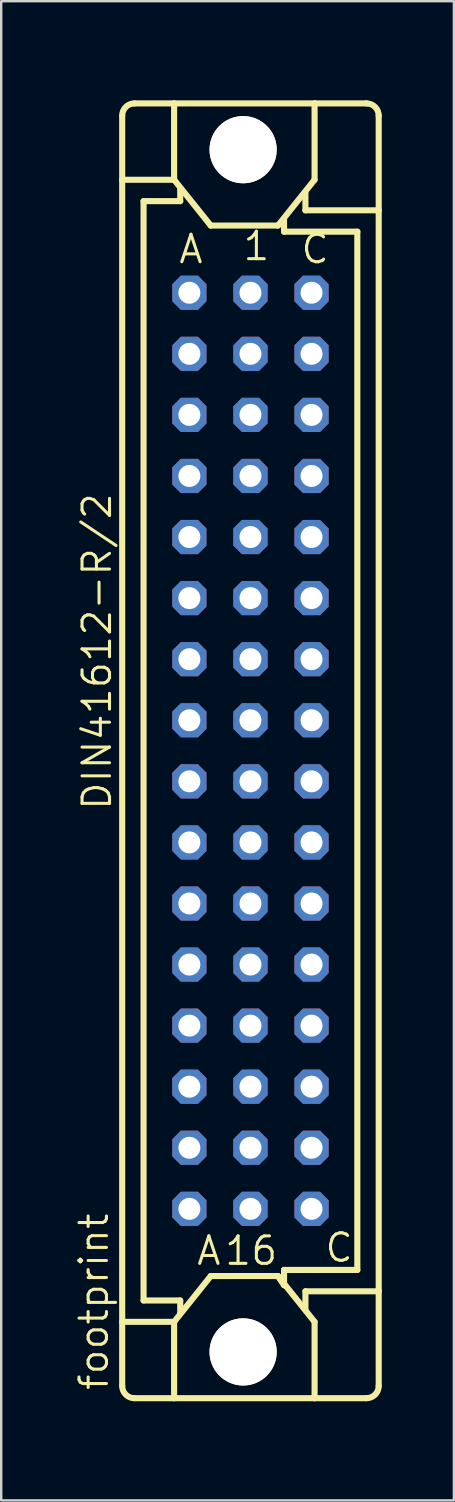
<source format=kicad_pcb>
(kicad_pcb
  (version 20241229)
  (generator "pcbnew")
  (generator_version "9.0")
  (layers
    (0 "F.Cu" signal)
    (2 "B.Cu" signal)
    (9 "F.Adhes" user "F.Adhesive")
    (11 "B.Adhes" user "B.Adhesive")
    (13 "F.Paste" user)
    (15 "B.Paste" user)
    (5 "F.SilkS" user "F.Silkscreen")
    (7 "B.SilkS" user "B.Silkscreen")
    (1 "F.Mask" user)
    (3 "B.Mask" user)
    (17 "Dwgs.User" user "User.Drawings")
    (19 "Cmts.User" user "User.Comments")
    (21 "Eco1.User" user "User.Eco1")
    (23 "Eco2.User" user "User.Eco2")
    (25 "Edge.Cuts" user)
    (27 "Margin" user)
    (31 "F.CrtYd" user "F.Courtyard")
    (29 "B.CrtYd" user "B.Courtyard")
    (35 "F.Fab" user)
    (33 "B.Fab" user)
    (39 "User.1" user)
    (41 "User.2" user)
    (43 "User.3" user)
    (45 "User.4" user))
  (footprint "footprint"
    (layer "F.Cu")
    (at 7.366 28.175)
    (property "Reference" "footprint" (at -5.842 26.67 90) (layer "F.SilkS") (effects (font (size 1.143 1.143) (thickness 0.127)) (justify left bottom)))
    (fp_line (start -5.334 -23.749) (end -5.334 -26.416) (stroke (width 0.254) (type solid)) (layer "F.SilkS"))
    (fp_line (start -5.334 -23.749) (end -3.175 -23.749) (stroke (width 0.254) (type solid)) (layer "F.SilkS"))
    (fp_line (start -5.334 23.749) (end -5.334 -23.749) (stroke (width 0.254) (type solid)) (layer "F.SilkS"))
    (fp_line (start -5.334 23.749) (end -3.175 23.749) (stroke (width 0.254) (type solid)) (layer "F.SilkS"))
    (fp_line (start -5.334 26.416) (end -5.334 23.749) (stroke (width 0.254) (type solid)) (layer "F.SilkS"))
    (fp_line (start -4.826 -26.924) (end -3.175 -26.924) (stroke (width 0.254) (type solid)) (layer "F.SilkS"))
    (fp_line (start -4.826 26.924) (end -3.175 26.924) (stroke (width 0.254) (type solid)) (layer "F.SilkS"))
    (fp_line (start -4.445 -22.86) (end -4.445 22.86) (stroke (width 0.254) (type solid)) (layer "F.SilkS"))
    (fp_line (start -4.445 22.86) (end -2.921 22.86) (stroke (width 0.254) (type solid)) (layer "F.SilkS"))
    (fp_line (start -3.175 -26.924) (end -3.175 -23.749) (stroke (width 0.254) (type solid)) (layer "F.SilkS"))
    (fp_line (start -3.175 26.924) (end -3.175 23.749) (stroke (width 0.254) (type solid)) (layer "F.SilkS"))
    (fp_line (start -3.175 26.924) (end 2.667 26.924) (stroke (width 0.254) (type solid)) (layer "F.SilkS"))
    (fp_line (start -2.921 -23.368) (end -2.921 -22.86) (stroke (width 0.254) (type solid)) (layer "F.SilkS"))
    (fp_line (start -2.921 -22.86) (end -4.445 -22.86) (stroke (width 0.254) (type solid)) (layer "F.SilkS"))
    (fp_line (start -2.921 22.86) (end -2.921 23.368) (stroke (width 0.254) (type solid)) (layer "F.SilkS"))
    (fp_line (start -1.651 -21.844) (end -3.175 -23.749) (stroke (width 0.254) (type solid)) (layer "F.SilkS"))
    (fp_line (start -1.651 21.844) (end -3.175 23.749) (stroke (width 0.254) (type solid)) (layer "F.SilkS"))
    (fp_line (start -1.651 21.844) (end 1.143 21.844) (stroke (width 0.254) (type solid)) (layer "F.SilkS"))
    (fp_line (start 1.143 -21.844) (end -1.651 -21.844) (stroke (width 0.254) (type solid)) (layer "F.SilkS"))
    (fp_line (start 1.143 -21.844) (end 2.667 -23.749) (stroke (width 0.254) (type solid)) (layer "F.SilkS"))
    (fp_line (start 1.143 21.844) (end 1.397 22.225) (stroke (width 0.254) (type solid)) (layer "F.SilkS"))
    (fp_line (start 1.143 21.844) (end 2.667 23.749) (stroke (width 0.254) (type solid)) (layer "F.SilkS"))
    (fp_line (start 1.397 -21.59) (end 1.397 -22.098) (stroke (width 0.254) (type solid)) (layer "F.SilkS"))
    (fp_line (start 1.397 21.59) (end 4.445 21.59) (stroke (width 0.254) (type solid)) (layer "F.SilkS"))
    (fp_line (start 1.397 22.225) (end 1.397 21.59) (stroke (width 0.254) (type solid)) (layer "F.SilkS"))
    (fp_line (start 2.286 -22.479) (end 2.286 -23.241) (stroke (width 0.254) (type solid)) (layer "F.SilkS"))
    (fp_line (start 2.286 22.479) (end 2.286 23.241) (stroke (width 0.254) (type solid)) (layer "F.SilkS"))
    (fp_line (start 2.286 22.479) (end 5.334 22.479) (stroke (width 0.254) (type solid)) (layer "F.SilkS"))
    (fp_line (start 2.667 -26.924) (end -3.175 -26.924) (stroke (width 0.254) (type solid)) (layer "F.SilkS"))
    (fp_line (start 2.667 -26.924) (end 2.667 -23.749) (stroke (width 0.254) (type solid)) (layer "F.SilkS"))
    (fp_line (start 2.667 26.924) (end 2.667 23.749) (stroke (width 0.254) (type solid)) (layer "F.SilkS"))
    (fp_line (start 2.667 26.924) (end 4.826 26.924) (stroke (width 0.254) (type solid)) (layer "F.SilkS"))
    (fp_line (start 4.445 -21.59) (end 1.397 -21.59) (stroke (width 0.254) (type solid)) (layer "F.SilkS"))
    (fp_line (start 4.445 21.59) (end 4.445 -21.59) (stroke (width 0.254) (type solid)) (layer "F.SilkS"))
    (fp_line (start 4.826 -26.924) (end 2.667 -26.924) (stroke (width 0.254) (type solid)) (layer "F.SilkS"))
    (fp_line (start 5.334 -22.479) (end 2.286 -22.479) (stroke (width 0.254) (type solid)) (layer "F.SilkS"))
    (fp_line (start 5.334 -22.479) (end 5.334 -26.416) (stroke (width 0.254) (type solid)) (layer "F.SilkS"))
    (fp_line (start 5.334 22.479) (end 5.334 -22.479) (stroke (width 0.254) (type solid)) (layer "F.SilkS"))
    (fp_line (start 5.334 26.416) (end 5.334 22.479) (stroke (width 0.254) (type solid)) (layer "F.SilkS"))
    (fp_arc (start -5.334 -26.416) (mid -5.18521 -26.77521) (end -4.826 -26.924) (stroke (width 0.254) (type solid)) (layer "F.SilkS"))
    (fp_arc (start -4.826 26.924) (mid -5.18521 26.77521) (end -5.334 26.416) (stroke (width 0.254) (type solid)) (layer "F.SilkS"))
    (fp_arc (start 4.826 -26.924) (mid 5.18521 -26.77521) (end 5.334 -26.416) (stroke (width 0.254) (type solid)) (layer "F.SilkS"))
    (fp_arc (start 5.334 26.416) (mid 5.18521 26.77521) (end 4.826 26.924) (stroke (width 0.254) (type solid)) (layer "F.SilkS"))
    (fp_circle (center -0.305 -25) (end 0.965 -25) (stroke (width 0.254) (type solid)) (fill no) (layer "F.SilkS"))
    (fp_circle (center -0.305 25) (end 0.965 25) (stroke (width 0.254) (type solid)) (fill no) (layer "F.SilkS"))
    (fp_text user "C" (at 2.032 -20.193 0) (layer "F.SilkS") (effects (font (size 1.143 1.143) (thickness 0.127)) (justify left bottom)))
    (fp_text user "1" (at -0.381 -20.32 0) (layer "F.SilkS") (effects (font (size 1.143 1.143) (thickness 0.127)) (justify left bottom)))
    (fp_text user "DIN41612-R/2" (at -5.715 2.54 90) (layer "F.SilkS") (effects (font (size 1.143 1.143) (thickness 0.127)) (justify left bottom)))
    (fp_text user " A " (at -3.175 21.463 0) (layer "F.SilkS") (effects (font (size 1.143 1.143) (thickness 0.127)) (justify left bottom)))
    (fp_text user "A" (at -3.048 -20.193 0) (layer "F.SilkS") (effects (font (size 1.143 1.143) (thickness 0.127)) (justify left bottom)))
    (fp_text user " C " (at 2.159 21.336 0) (layer "F.SilkS") (effects (font (size 1.143 1.143) (thickness 0.127)) (justify left bottom)))
    (fp_text user "16" (at -1.143 21.463 0) (layer "F.SilkS") (effects (font (size 1.143 1.143) (thickness 0.127)) (justify left bottom)))
    (pad "" np_thru_hole circle (at -0.305 -25) (size 2.794 2.794) (drill 2.794) (layers "*.Cu" "*.Mask"))
    (pad "" np_thru_hole circle (at -0.305 25) (size 2.794 2.794) (drill 2.794) (layers "*.Cu" "*.Mask"))
    (pad "A1" thru_hole roundrect (at -2.54 -19.05) (size 1.422 1.422) (drill 0.914) (layers "*.Cu" "*.Mask") (roundrect_rratio 0.25) (chamfer_ratio 0.25) (chamfer top_left top_right bottom_left bottom_right))
    (pad "A2" thru_hole roundrect (at -2.54 -16.51) (size 1.422 1.422) (drill 0.914) (layers "*.Cu" "*.Mask") (roundrect_rratio 0.25) (chamfer_ratio 0.25) (chamfer top_left top_right bottom_left bottom_right))
    (pad "A3" thru_hole roundrect (at -2.54 -13.97) (size 1.422 1.422) (drill 0.914) (layers "*.Cu" "*.Mask") (roundrect_rratio 0.25) (chamfer_ratio 0.25) (chamfer top_left top_right bottom_left bottom_right))
    (pad "A4" thru_hole roundrect (at -2.54 -11.43) (size 1.422 1.422) (drill 0.914) (layers "*.Cu" "*.Mask") (roundrect_rratio 0.25) (chamfer_ratio 0.25) (chamfer top_left top_right bottom_left bottom_right))
    (pad "A5" thru_hole roundrect (at -2.54 -8.89) (size 1.422 1.422) (drill 0.914) (layers "*.Cu" "*.Mask") (roundrect_rratio 0.25) (chamfer_ratio 0.25) (chamfer top_left top_right bottom_left bottom_right))
    (pad "A6" thru_hole roundrect (at -2.54 -6.35) (size 1.422 1.422) (drill 0.914) (layers "*.Cu" "*.Mask") (roundrect_rratio 0.25) (chamfer_ratio 0.25) (chamfer top_left top_right bottom_left bottom_right))
    (pad "A7" thru_hole roundrect (at -2.54 -3.81) (size 1.422 1.422) (drill 0.914) (layers "*.Cu" "*.Mask") (roundrect_rratio 0.25) (chamfer_ratio 0.25) (chamfer top_left top_right bottom_left bottom_right))
    (pad "A8" thru_hole roundrect (at -2.54 -1.27) (size 1.422 1.422) (drill 0.914) (layers "*.Cu" "*.Mask") (roundrect_rratio 0.25) (chamfer_ratio 0.25) (chamfer top_left top_right bottom_left bottom_right))
    (pad "A9" thru_hole roundrect (at -2.54 1.27) (size 1.422 1.422) (drill 0.914) (layers "*.Cu" "*.Mask") (roundrect_rratio 0.25) (chamfer_ratio 0.25) (chamfer top_left top_right bottom_left bottom_right))
    (pad "A10" thru_hole roundrect (at -2.54 3.81) (size 1.422 1.422) (drill 0.914) (layers "*.Cu" "*.Mask") (roundrect_rratio 0.25) (chamfer_ratio 0.25) (chamfer top_left top_right bottom_left bottom_right))
    (pad "A11" thru_hole roundrect (at -2.54 6.35) (size 1.422 1.422) (drill 0.914) (layers "*.Cu" "*.Mask") (roundrect_rratio 0.25) (chamfer_ratio 0.25) (chamfer top_left top_right bottom_left bottom_right))
    (pad "A12" thru_hole roundrect (at -2.54 8.89) (size 1.422 1.422) (drill 0.914) (layers "*.Cu" "*.Mask") (roundrect_rratio 0.25) (chamfer_ratio 0.25) (chamfer top_left top_right bottom_left bottom_right))
    (pad "A13" thru_hole roundrect (at -2.54 11.43) (size 1.422 1.422) (drill 0.914) (layers "*.Cu" "*.Mask") (roundrect_rratio 0.25) (chamfer_ratio 0.25) (chamfer top_left top_right bottom_left bottom_right))
    (pad "A14" thru_hole roundrect (at -2.54 13.97) (size 1.422 1.422) (drill 0.914) (layers "*.Cu" "*.Mask") (roundrect_rratio 0.25) (chamfer_ratio 0.25) (chamfer top_left top_right bottom_left bottom_right))
    (pad "A15" thru_hole roundrect (at -2.54 16.51) (size 1.422 1.422) (drill 0.914) (layers "*.Cu" "*.Mask") (roundrect_rratio 0.25) (chamfer_ratio 0.25) (chamfer top_left top_right bottom_left bottom_right))
    (pad "A16" thru_hole roundrect (at -2.54 19.05) (size 1.422 1.422) (drill 0.914) (layers "*.Cu" "*.Mask") (roundrect_rratio 0.25) (chamfer_ratio 0.25) (chamfer top_left top_right bottom_left bottom_right))
    (pad "B1" thru_hole roundrect (at 0 -19.05) (size 1.422 1.422) (drill 0.914) (layers "*.Cu" "*.Mask") (roundrect_rratio 0.25) (chamfer_ratio 0.25) (chamfer top_left top_right bottom_left bottom_right))
    (pad "B2" thru_hole roundrect (at 0 -16.51) (size 1.422 1.422) (drill 0.914) (layers "*.Cu" "*.Mask") (roundrect_rratio 0.25) (chamfer_ratio 0.25) (chamfer top_left top_right bottom_left bottom_right))
    (pad "B3" thru_hole roundrect (at 0 -13.97) (size 1.422 1.422) (drill 0.914) (layers "*.Cu" "*.Mask") (roundrect_rratio 0.25) (chamfer_ratio 0.25) (chamfer top_left top_right bottom_left bottom_right))
    (pad "B4" thru_hole roundrect (at 0 -11.43) (size 1.422 1.422) (drill 0.914) (layers "*.Cu" "*.Mask") (roundrect_rratio 0.25) (chamfer_ratio 0.25) (chamfer top_left top_right bottom_left bottom_right))
    (pad "B5" thru_hole roundrect (at 0 -8.89) (size 1.422 1.422) (drill 0.914) (layers "*.Cu" "*.Mask") (roundrect_rratio 0.25) (chamfer_ratio 0.25) (chamfer top_left top_right bottom_left bottom_right))
    (pad "B6" thru_hole roundrect (at 0 -6.35) (size 1.422 1.422) (drill 0.914) (layers "*.Cu" "*.Mask") (roundrect_rratio 0.25) (chamfer_ratio 0.25) (chamfer top_left top_right bottom_left bottom_right))
    (pad "B7" thru_hole roundrect (at 0 -3.81) (size 1.422 1.422) (drill 0.914) (layers "*.Cu" "*.Mask") (roundrect_rratio 0.25) (chamfer_ratio 0.25) (chamfer top_left top_right bottom_left bottom_right))
    (pad "B8" thru_hole roundrect (at 0 -1.27) (size 1.422 1.422) (drill 0.914) (layers "*.Cu" "*.Mask") (roundrect_rratio 0.25) (chamfer_ratio 0.25) (chamfer top_left top_right bottom_left bottom_right))
    (pad "B9" thru_hole roundrect (at 0 1.27) (size 1.422 1.422) (drill 0.914) (layers "*.Cu" "*.Mask") (roundrect_rratio 0.25) (chamfer_ratio 0.25) (chamfer top_left top_right bottom_left bottom_right))
    (pad "B10" thru_hole roundrect (at 0 3.81) (size 1.422 1.422) (drill 0.914) (layers "*.Cu" "*.Mask") (roundrect_rratio 0.25) (chamfer_ratio 0.25) (chamfer top_left top_right bottom_left bottom_right))
    (pad "B11" thru_hole roundrect (at 0 6.35) (size 1.422 1.422) (drill 0.914) (layers "*.Cu" "*.Mask") (roundrect_rratio 0.25) (chamfer_ratio 0.25) (chamfer top_left top_right bottom_left bottom_right))
    (pad "B12" thru_hole roundrect (at 0 8.89) (size 1.422 1.422) (drill 0.914) (layers "*.Cu" "*.Mask") (roundrect_rratio 0.25) (chamfer_ratio 0.25) (chamfer top_left top_right bottom_left bottom_right))
    (pad "B13" thru_hole roundrect (at 0 11.43) (size 1.422 1.422) (drill 0.914) (layers "*.Cu" "*.Mask") (roundrect_rratio 0.25) (chamfer_ratio 0.25) (chamfer top_left top_right bottom_left bottom_right))
    (pad "B14" thru_hole roundrect (at 0 13.97) (size 1.422 1.422) (drill 0.914) (layers "*.Cu" "*.Mask") (roundrect_rratio 0.25) (chamfer_ratio 0.25) (chamfer top_left top_right bottom_left bottom_right))
    (pad "B15" thru_hole roundrect (at 0 16.51) (size 1.422 1.422) (drill 0.914) (layers "*.Cu" "*.Mask") (roundrect_rratio 0.25) (chamfer_ratio 0.25) (chamfer top_left top_right bottom_left bottom_right))
    (pad "B16" thru_hole roundrect (at 0 19.05) (size 1.422 1.422) (drill 0.914) (layers "*.Cu" "*.Mask") (roundrect_rratio 0.25) (chamfer_ratio 0.25) (chamfer top_left top_right bottom_left bottom_right))
    (pad "C1" thru_hole roundrect (at 2.54 -19.05) (size 1.422 1.422) (drill 0.914) (layers "*.Cu" "*.Mask") (roundrect_rratio 0.25) (chamfer_ratio 0.25) (chamfer top_left top_right bottom_left bottom_right))
    (pad "C2" thru_hole roundrect (at 2.54 -16.51) (size 1.422 1.422) (drill 0.914) (layers "*.Cu" "*.Mask") (roundrect_rratio 0.25) (chamfer_ratio 0.25) (chamfer top_left top_right bottom_left bottom_right))
    (pad "C3" thru_hole roundrect (at 2.54 -13.97) (size 1.422 1.422) (drill 0.914) (layers "*.Cu" "*.Mask") (roundrect_rratio 0.25) (chamfer_ratio 0.25) (chamfer top_left top_right bottom_left bottom_right))
    (pad "C4" thru_hole roundrect (at 2.54 -11.43) (size 1.422 1.422) (drill 0.914) (layers "*.Cu" "*.Mask") (roundrect_rratio 0.25) (chamfer_ratio 0.25) (chamfer top_left top_right bottom_left bottom_right))
    (pad "C5" thru_hole roundrect (at 2.54 -8.89) (size 1.422 1.422) (drill 0.914) (layers "*.Cu" "*.Mask") (roundrect_rratio 0.25) (chamfer_ratio 0.25) (chamfer top_left top_right bottom_left bottom_right))
    (pad "C6" thru_hole roundrect (at 2.54 -6.35) (size 1.422 1.422) (drill 0.914) (layers "*.Cu" "*.Mask") (roundrect_rratio 0.25) (chamfer_ratio 0.25) (chamfer top_left top_right bottom_left bottom_right))
    (pad "C7" thru_hole roundrect (at 2.54 -3.81) (size 1.422 1.422) (drill 0.914) (layers "*.Cu" "*.Mask") (roundrect_rratio 0.25) (chamfer_ratio 0.25) (chamfer top_left top_right bottom_left bottom_right))
    (pad "C8" thru_hole roundrect (at 2.54 -1.27) (size 1.422 1.422) (drill 0.914) (layers "*.Cu" "*.Mask") (roundrect_rratio 0.25) (chamfer_ratio 0.25) (chamfer top_left top_right bottom_left bottom_right))
    (pad "C9" thru_hole roundrect (at 2.54 1.27) (size 1.422 1.422) (drill 0.914) (layers "*.Cu" "*.Mask") (roundrect_rratio 0.25) (chamfer_ratio 0.25) (chamfer top_left top_right bottom_left bottom_right))
    (pad "C10" thru_hole roundrect (at 2.54 3.81) (size 1.422 1.422) (drill 0.914) (layers "*.Cu" "*.Mask") (roundrect_rratio 0.25) (chamfer_ratio 0.25) (chamfer top_left top_right bottom_left bottom_right))
    (pad "C11" thru_hole roundrect (at 2.54 6.35) (size 1.422 1.422) (drill 0.914) (layers "*.Cu" "*.Mask") (roundrect_rratio 0.25) (chamfer_ratio 0.25) (chamfer top_left top_right bottom_left bottom_right))
    (pad "C12" thru_hole roundrect (at 2.54 8.89) (size 1.422 1.422) (drill 0.914) (layers "*.Cu" "*.Mask") (roundrect_rratio 0.25) (chamfer_ratio 0.25) (chamfer top_left top_right bottom_left bottom_right))
    (pad "C13" thru_hole roundrect (at 2.54 11.43) (size 1.422 1.422) (drill 0.914) (layers "*.Cu" "*.Mask") (roundrect_rratio 0.25) (chamfer_ratio 0.25) (chamfer top_left top_right bottom_left bottom_right))
    (pad "C14" thru_hole roundrect (at 2.54 13.97) (size 1.422 1.422) (drill 0.914) (layers "*.Cu" "*.Mask") (roundrect_rratio 0.25) (chamfer_ratio 0.25) (chamfer top_left top_right bottom_left bottom_right))
    (pad "C15" thru_hole roundrect (at 2.54 16.51) (size 1.422 1.422) (drill 0.914) (layers "*.Cu" "*.Mask") (roundrect_rratio 0.25) (chamfer_ratio 0.25) (chamfer top_left top_right bottom_left bottom_right))
    (pad "C16" thru_hole roundrect (at 2.54 19.05) (size 1.422 1.422) (drill 0.914) (layers "*.Cu" "*.Mask") (roundrect_rratio 0.25) (chamfer_ratio 0.25) (chamfer top_left top_right bottom_left bottom_right))
    (zone (net_name "") (layers "F.Cu" "B.Cu") (hatch edge 0.508) (connect_pads) (min_thickness 0.254) (filled_areas_thickness no) (keepout (tracks allowed) (vias not_allowed) (pads allowed) (copperpour allowed) (footprints allowed)) (placement (enabled no)) (fill) (polygon (pts (xy 10.236 3.175) (xy 10.188 2.624) (xy 10.045 2.089) (xy 9.811 1.587) (xy 9.493 1.134) (xy 9.102 0.743) (xy 8.649 0.425) (xy 8.147 0.191) (xy 7.613 0.048) (xy 7.061 0) (xy 6.51 0.048) (xy 5.975 0.191) (xy 5.474 0.425) (xy 5.02 0.743) (xy 4.629 1.134) (xy 4.312 1.587) (xy 4.078 2.089) (xy 3.934 2.624) (xy 3.886 3.175) (xy 3.934 3.726) (xy 4.078 4.261) (xy 4.312 4.763) (xy 4.629 5.216) (xy 5.02 5.607) (xy 5.474 5.925) (xy 5.975 6.159) (xy 6.51 6.302) (xy 7.061 6.35) (xy 7.613 6.302) (xy 8.147 6.159) (xy 8.649 5.925) (xy 9.102 5.607) (xy 9.493 5.216) (xy 9.811 4.763) (xy 10.045 4.261) (xy 10.188 3.726))) (polygon (pts (xy 8.458 3.175) (xy 8.437 2.932) (xy 8.374 2.697) (xy 8.271 2.477) (xy 8.131 2.277) (xy 7.959 2.105) (xy 7.76 1.965) (xy 7.539 1.862) (xy 7.304 1.799) (xy 7.061 1.778) (xy 6.819 1.799) (xy 6.583 1.862) (xy 6.363 1.965) (xy 6.163 2.105) (xy 5.991 2.277) (xy 5.851 2.477) (xy 5.748 2.697) (xy 5.685 2.932) (xy 5.664 3.175) (xy 5.685 3.418) (xy 5.748 3.653) (xy 5.851 3.873) (xy 5.991 4.073) (xy 6.163 4.245) (xy 6.363 4.385) (xy 6.583 4.488) (xy 6.819 4.551) (xy 7.061 4.572) (xy 7.304 4.551) (xy 7.539 4.488) (xy 7.76 4.385) (xy 7.959 4.245) (xy 8.131 4.073) (xy 8.271 3.873) (xy 8.374 3.653) (xy 8.437 3.418))))
    (zone (net_name "") (layers "F.Cu" "B.Cu") (hatch edge 0.508) (connect_pads) (min_thickness 0.254) (filled_areas_thickness no) (keepout (tracks allowed) (vias not_allowed) (pads allowed) (copperpour allowed) (footprints allowed)) (placement (enabled no)) (fill) (polygon (pts (xy 10.236 53.175) (xy 10.188 52.624) (xy 10.045 52.089) (xy 9.811 51.587) (xy 9.493 51.134) (xy 9.102 50.743) (xy 8.649 50.425) (xy 8.147 50.191) (xy 7.613 50.048) (xy 7.061 50) (xy 6.51 50.048) (xy 5.975 50.191) (xy 5.474 50.425) (xy 5.02 50.743) (xy 4.629 51.134) (xy 4.312 51.587) (xy 4.078 52.089) (xy 3.934 52.624) (xy 3.886 53.175) (xy 3.934 53.726) (xy 4.078 54.261) (xy 4.312 54.763) (xy 4.629 55.216) (xy 5.02 55.607) (xy 5.474 55.925) (xy 5.975 56.159) (xy 6.51 56.302) (xy 7.061 56.35) (xy 7.613 56.302) (xy 8.147 56.159) (xy 8.649 55.925) (xy 9.102 55.607) (xy 9.493 55.216) (xy 9.811 54.763) (xy 10.045 54.261) (xy 10.188 53.726))) (polygon (pts (xy 8.458 53.175) (xy 8.437 52.932) (xy 8.374 52.697) (xy 8.271 52.477) (xy 8.131 52.277) (xy 7.959 52.105) (xy 7.76 51.965) (xy 7.539 51.862) (xy 7.304 51.799) (xy 7.061 51.778) (xy 6.819 51.799) (xy 6.583 51.862) (xy 6.363 51.965) (xy 6.163 52.105) (xy 5.991 52.277) (xy 5.851 52.477) (xy 5.748 52.697) (xy 5.685 52.932) (xy 5.664 53.175) (xy 5.685 53.418) (xy 5.748 53.653) (xy 5.851 53.873) (xy 5.991 54.073) (xy 6.163 54.245) (xy 6.363 54.385) (xy 6.583 54.488) (xy 6.819 54.551) (xy 7.061 54.572) (xy 7.304 54.551) (xy 7.539 54.488) (xy 7.76 54.385) (xy 7.959 54.245) (xy 8.131 54.073) (xy 8.271 53.873) (xy 8.374 53.653) (xy 8.437 53.418))))
    (zone (net_name "") (layer "B.Cu") (hatch edge 0.508) (connect_pads) (min_thickness 0.254) (filled_areas_thickness no) (keepout (tracks not_allowed) (vias not_allowed) (pads not_allowed) (copperpour not_allowed) (footprints allowed)) (placement (enabled no)) (fill) (polygon (pts (xy 10.236 3.175) (xy 10.188 2.624) (xy 10.045 2.089) (xy 9.811 1.587) (xy 9.493 1.134) (xy 9.102 0.743) (xy 8.649 0.425) (xy 8.147 0.191) (xy 7.613 0.048) (xy 7.061 0) (xy 6.51 0.048) (xy 5.975 0.191) (xy 5.474 0.425) (xy 5.02 0.743) (xy 4.629 1.134) (xy 4.312 1.587) (xy 4.078 2.089) (xy 3.934 2.624) (xy 3.886 3.175) (xy 3.934 3.726) (xy 4.078 4.261) (xy 4.312 4.763) (xy 4.629 5.216) (xy 5.02 5.607) (xy 5.474 5.925) (xy 5.975 6.159) (xy 6.51 6.302) (xy 7.061 6.35) (xy 7.613 6.302) (xy 8.147 6.159) (xy 8.649 5.925) (xy 9.102 5.607) (xy 9.493 5.216) (xy 9.811 4.763) (xy 10.045 4.261) (xy 10.188 3.726))) (polygon (pts (xy 8.458 3.175) (xy 8.437 2.932) (xy 8.374 2.697) (xy 8.271 2.477) (xy 8.131 2.277) (xy 7.959 2.105) (xy 7.76 1.965) (xy 7.539 1.862) (xy 7.304 1.799) (xy 7.061 1.778) (xy 6.819 1.799) (xy 6.583 1.862) (xy 6.363 1.965) (xy 6.163 2.105) (xy 5.991 2.277) (xy 5.851 2.477) (xy 5.748 2.697) (xy 5.685 2.932) (xy 5.664 3.175) (xy 5.685 3.418) (xy 5.748 3.653) (xy 5.851 3.873) (xy 5.991 4.073) (xy 6.163 4.245) (xy 6.363 4.385) (xy 6.583 4.488) (xy 6.819 4.551) (xy 7.061 4.572) (xy 7.304 4.551) (xy 7.539 4.488) (xy 7.76 4.385) (xy 7.959 4.245) (xy 8.131 4.073) (xy 8.271 3.873) (xy 8.374 3.653) (xy 8.437 3.418))))
    (zone (net_name "") (layer "B.Cu") (hatch edge 0.508) (connect_pads) (min_thickness 0.254) (filled_areas_thickness no) (keepout (tracks not_allowed) (vias not_allowed) (pads not_allowed) (copperpour not_allowed) (footprints allowed)) (placement (enabled no)) (fill) (polygon (pts (xy 10.236 53.175) (xy 10.188 52.624) (xy 10.045 52.089) (xy 9.811 51.587) (xy 9.493 51.134) (xy 9.102 50.743) (xy 8.649 50.425) (xy 8.147 50.191) (xy 7.613 50.048) (xy 7.061 50) (xy 6.51 50.048) (xy 5.975 50.191) (xy 5.474 50.425) (xy 5.02 50.743) (xy 4.629 51.134) (xy 4.312 51.587) (xy 4.078 52.089) (xy 3.934 52.624) (xy 3.886 53.175) (xy 3.934 53.726) (xy 4.078 54.261) (xy 4.312 54.763) (xy 4.629 55.216) (xy 5.02 55.607) (xy 5.474 55.925) (xy 5.975 56.159) (xy 6.51 56.302) (xy 7.061 56.35) (xy 7.613 56.302) (xy 8.147 56.159) (xy 8.649 55.925) (xy 9.102 55.607) (xy 9.493 55.216) (xy 9.811 54.763) (xy 10.045 54.261) (xy 10.188 53.726))) (polygon (pts (xy 8.458 53.175) (xy 8.437 52.932) (xy 8.374 52.697) (xy 8.271 52.477) (xy 8.131 52.277) (xy 7.959 52.105) (xy 7.76 51.965) (xy 7.539 51.862) (xy 7.304 51.799) (xy 7.061 51.778) (xy 6.819 51.799) (xy 6.583 51.862) (xy 6.363 51.965) (xy 6.163 52.105) (xy 5.991 52.277) (xy 5.851 52.477) (xy 5.748 52.697) (xy 5.685 52.932) (xy 5.664 53.175) (xy 5.685 53.418) (xy 5.748 53.653) (xy 5.851 53.873) (xy 5.991 54.073) (xy 6.163 54.245) (xy 6.363 54.385) (xy 6.583 54.488) (xy 6.819 54.551) (xy 7.061 54.572) (xy 7.304 54.551) (xy 7.539 54.488) (xy 7.76 54.385) (xy 7.959 54.245) (xy 8.131 54.073) (xy 8.271 53.873) (xy 8.374 53.653) (xy 8.437 53.418)))))
  (gr_rect
    (start -3 -3)
    (end 15.827 59.35)
    (stroke (width 0.1) (type default))
    (fill no)
    (layer "Edge.Cuts")))
</source>
